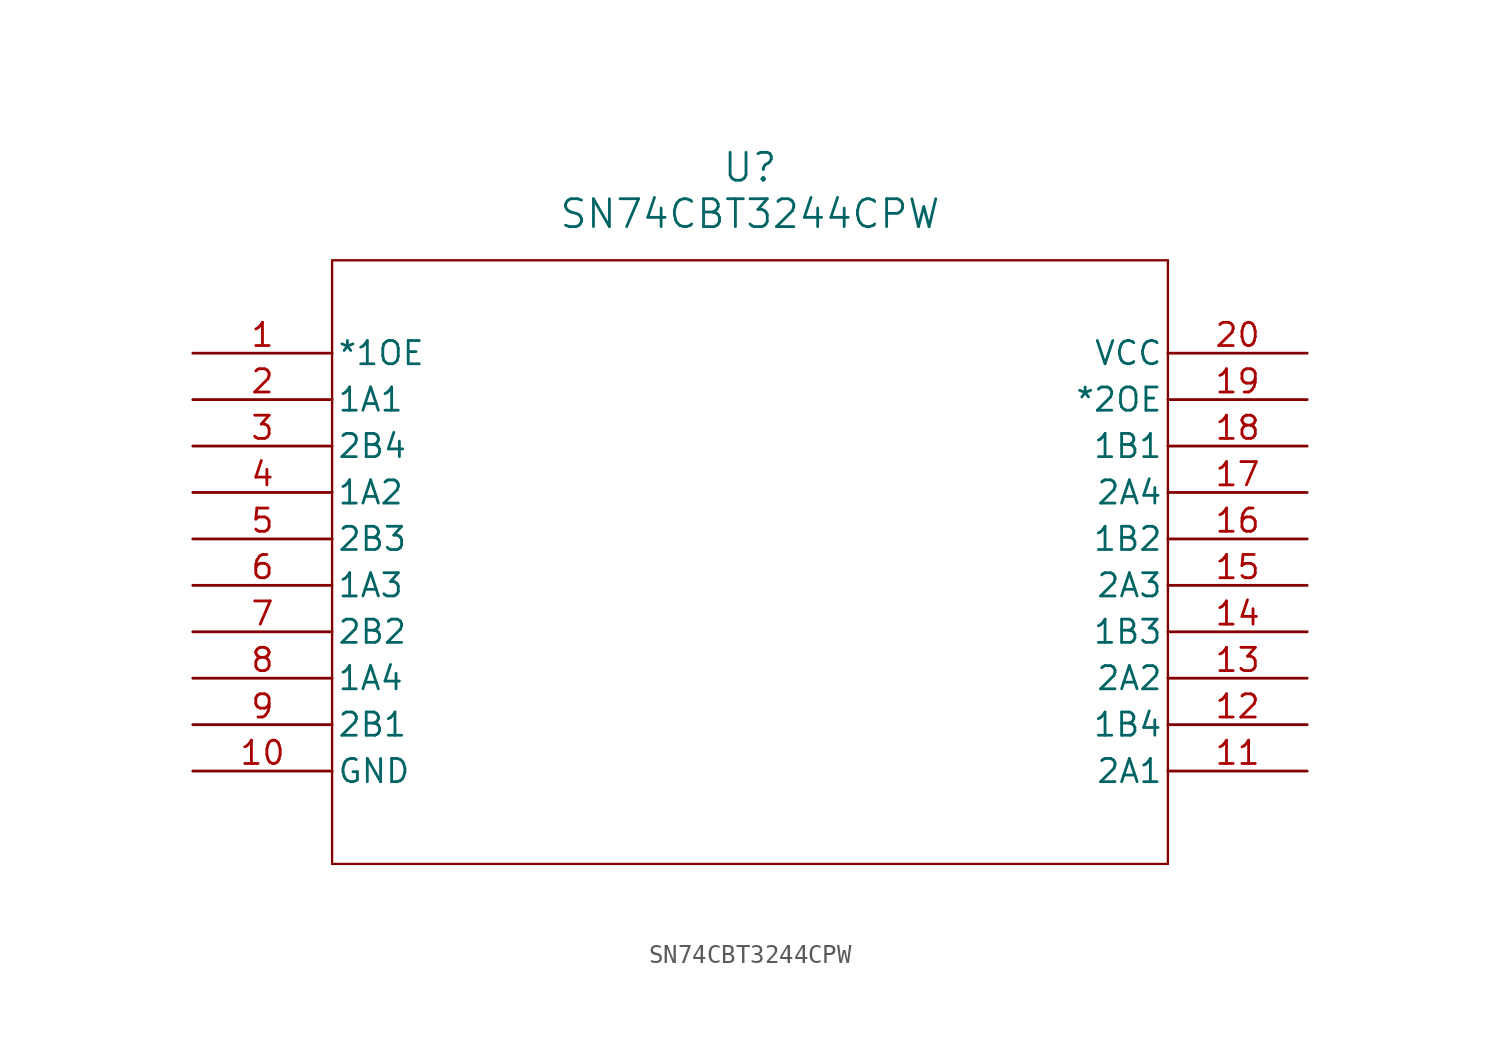
<source format=kicad_sym>
(kicad_symbol_lib
  (version 20211014)
  (generator kicad_symbol_editor)
  (symbol "SN74CBT3244CPW"
    (pin_names
      (offset 0.254))
    (property "Reference" "U"
      (at 30.48 10.16 0)
      (effects (font (size 1.524 1.524))))
    (property "Value" "SN74CBT3244CPW"
      (at 30.48 7.62 0)
      (effects (font (size 1.524 1.524))))
    (symbol "SN74CBT3244CPW_0_1"
      (polyline (pts (xy 7.62 5.08) (xy 7.62 -27.94)) (stroke (width 0.127) (type default) (color 0 0 0 0)) (fill (type none)))
      (polyline (pts (xy 7.62 -27.94) (xy 53.34 -27.94)) (stroke (width 0.127) (type default) (color 0 0 0 0)) (fill (type none)))
      (polyline (pts (xy 53.34 -27.94) (xy 53.34 5.08)) (stroke (width 0.127) (type default) (color 0 0 0 0)) (fill (type none)))
      (polyline (pts (xy 53.34 5.08) (xy 7.62 5.08)) (stroke (width 0.127) (type default) (color 0 0 0 0)) (fill (type none)))
      (pin input line (at 0 0 0) (length 7.62) (name "*1OE" (effects (font (size 1.27 1.27)))) (number "1" (effects (font (size 1.27 1.27)))))
      (pin bidirectional line (at 0 -2.54 0) (length 7.62) (name "1A1" (effects (font (size 1.27 1.27)))) (number "2" (effects (font (size 1.27 1.27)))))
      (pin bidirectional line (at 0 -5.08 0) (length 7.62) (name "2B4" (effects (font (size 1.27 1.27)))) (number "3" (effects (font (size 1.27 1.27)))))
      (pin bidirectional line (at 0 -7.62 0) (length 7.62) (name "1A2" (effects (font (size 1.27 1.27)))) (number "4" (effects (font (size 1.27 1.27)))))
      (pin bidirectional line (at 0 -10.16 0) (length 7.62) (name "2B3" (effects (font (size 1.27 1.27)))) (number "5" (effects (font (size 1.27 1.27)))))
      (pin bidirectional line (at 0 -12.7 0) (length 7.62) (name "1A3" (effects (font (size 1.27 1.27)))) (number "6" (effects (font (size 1.27 1.27)))))
      (pin bidirectional line (at 0 -15.24 0) (length 7.62) (name "2B2" (effects (font (size 1.27 1.27)))) (number "7" (effects (font (size 1.27 1.27)))))
      (pin bidirectional line (at 0 -17.78 0) (length 7.62) (name "1A4" (effects (font (size 1.27 1.27)))) (number "8" (effects (font (size 1.27 1.27)))))
      (pin bidirectional line (at 0 -20.32 0) (length 7.62) (name "2B1" (effects (font (size 1.27 1.27)))) (number "9" (effects (font (size 1.27 1.27)))))
      (pin power_in line (at 0 -22.86 0) (length 7.62) (name "GND" (effects (font (size 1.27 1.27)))) (number "10" (effects (font (size 1.27 1.27)))))
      (pin bidirectional line (at 60.96 -22.86 180) (length 7.62) (name "2A1" (effects (font (size 1.27 1.27)))) (number "11" (effects (font (size 1.27 1.27)))))
      (pin bidirectional line (at 60.96 -20.32 180) (length 7.62) (name "1B4" (effects (font (size 1.27 1.27)))) (number "12" (effects (font (size 1.27 1.27)))))
      (pin bidirectional line (at 60.96 -17.78 180) (length 7.62) (name "2A2" (effects (font (size 1.27 1.27)))) (number "13" (effects (font (size 1.27 1.27)))))
      (pin bidirectional line (at 60.96 -15.24 180) (length 7.62) (name "1B3" (effects (font (size 1.27 1.27)))) (number "14" (effects (font (size 1.27 1.27)))))
      (pin bidirectional line (at 60.96 -12.7 180) (length 7.62) (name "2A3" (effects (font (size 1.27 1.27)))) (number "15" (effects (font (size 1.27 1.27)))))
      (pin bidirectional line (at 60.96 -10.16 180) (length 7.62) (name "1B2" (effects (font (size 1.27 1.27)))) (number "16" (effects (font (size 1.27 1.27)))))
      (pin bidirectional line (at 60.96 -7.62 180) (length 7.62) (name "2A4" (effects (font (size 1.27 1.27)))) (number "17" (effects (font (size 1.27 1.27)))))
      (pin bidirectional line (at 60.96 -5.08 180) (length 7.62) (name "1B1" (effects (font (size 1.27 1.27)))) (number "18" (effects (font (size 1.27 1.27)))))
      (pin input line (at 60.96 -2.54 180) (length 7.62) (name "*2OE" (effects (font (size 1.27 1.27)))) (number "19" (effects (font (size 1.27 1.27)))))
      (pin power_in line (at 60.96 0 180) (length 7.62) (name "VCC" (effects (font (size 1.27 1.27)))) (number "20" (effects (font (size 1.27 1.27))))))))
</source>
